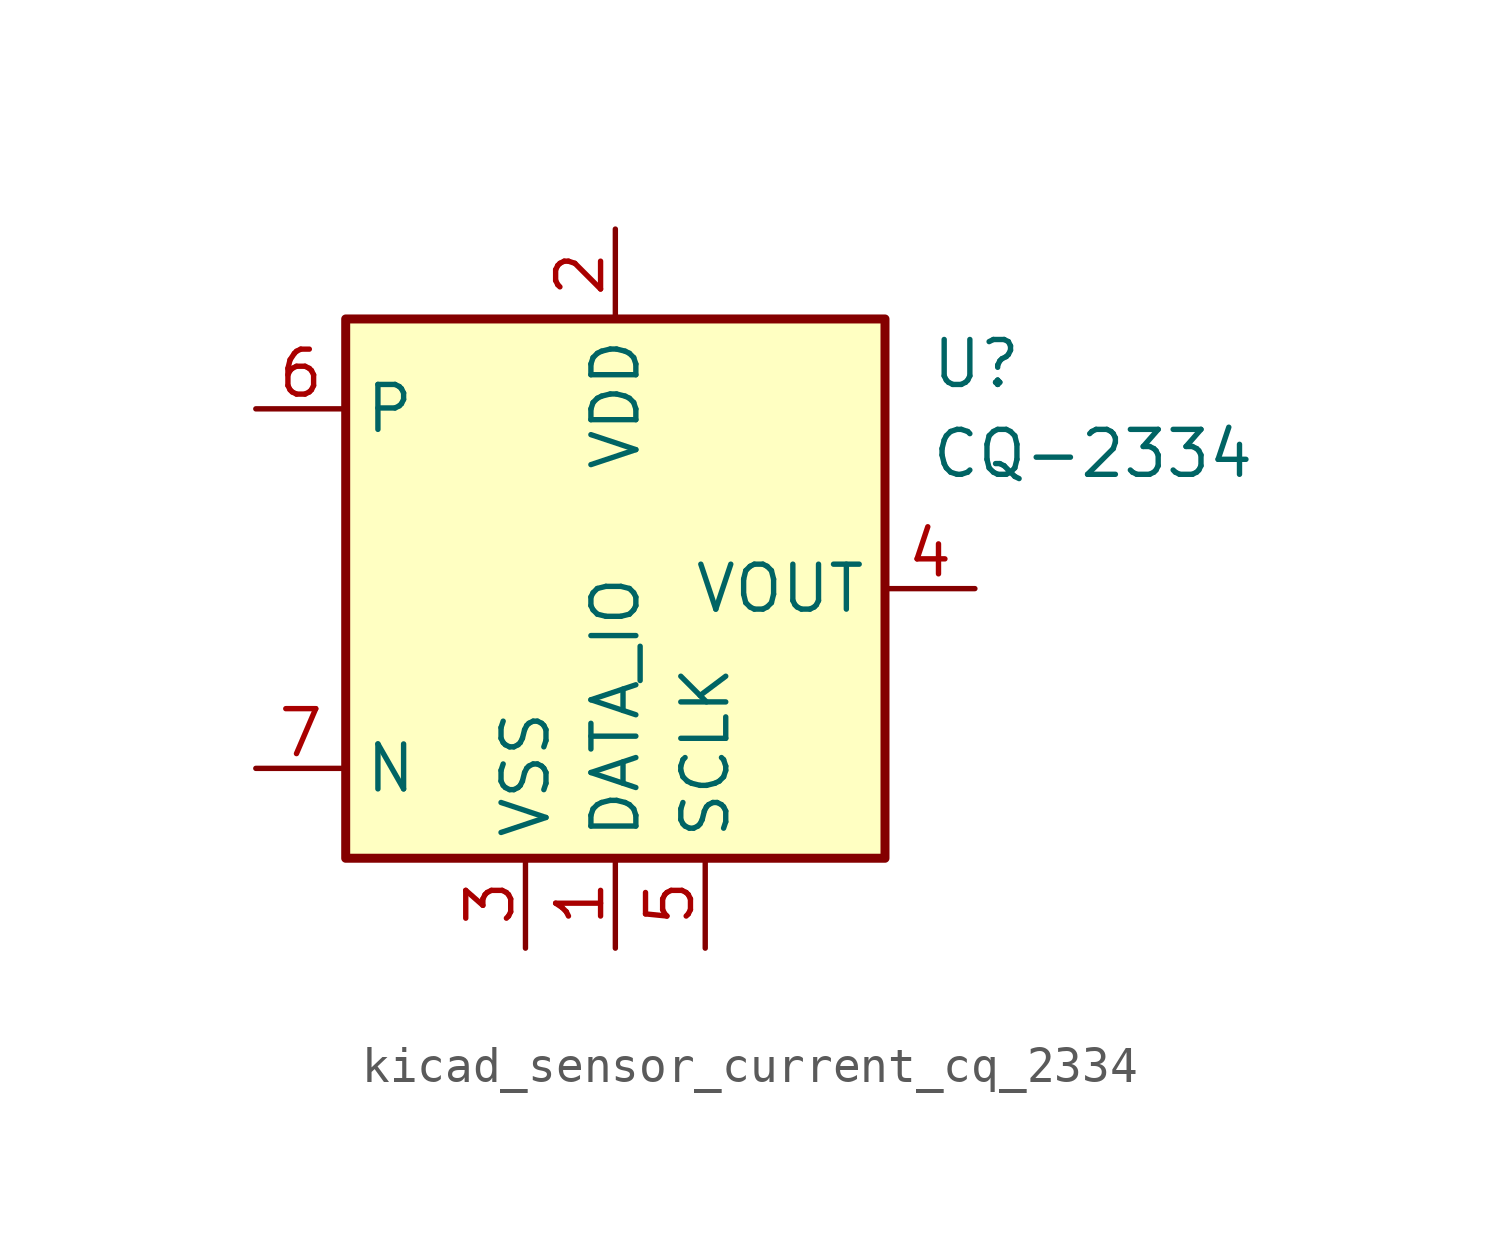
<source format=kicad_sym>
(kicad_symbol_lib
  (version 20220914)
  (generator kicad_symbol_editor)
  (symbol "kicad_sensor_current_cq_2334"
    (property "Reference" "U"
      (at 8.89 6.35 0)
      (effects (font (size 1.27 1.27)) (justify left)))
    (property "Value" "CQ-2334"
      (at 8.89 3.81 0)
      (effects (font (size 1.27 1.27)) (justify left)))
    (symbol "kicad_sensor_current_cq_2334_0_1"
      (rectangle (start -7.62 7.62) (end 7.62 -7.62) (stroke (width 0.254) (type default)) (fill (type background))))
    (symbol "kicad_sensor_current_cq_2334_1_1"
      (pin power_in line (at 0 -10.16 90) (length 2.54) (name "DATA_IO" (effects (font (size 1.27 1.27)))) (number "1" (effects (font (size 1.27 1.27)))))
      (pin power_in line (at 0 10.16 270) (length 2.54) (name "VDD" (effects (font (size 1.27 1.27)))) (number "2" (effects (font (size 1.27 1.27)))))
      (pin power_in line (at -2.54 -10.16 90) (length 2.54) (name "VSS" (effects (font (size 1.27 1.27)))) (number "3" (effects (font (size 1.27 1.27)))))
      (pin output line (at 10.16 0 180) (length 2.54) (name "VOUT" (effects (font (size 1.27 1.27)))) (number "4" (effects (font (size 1.27 1.27)))))
      (pin power_in line (at 2.54 -10.16 90) (length 2.54) (name "SCLK" (effects (font (size 1.27 1.27)))) (number "5" (effects (font (size 1.27 1.27)))))
      (pin passive line (at -10.16 5.08 0) (length 2.54) (name "P" (effects (font (size 1.27 1.27)))) (number "6" (effects (font (size 1.27 1.27)))))
      (pin passive line (at -10.16 -5.08 0) (length 2.54) (name "N" (effects (font (size 1.27 1.27)))) (number "7" (effects (font (size 1.27 1.27))))))))
</source>
